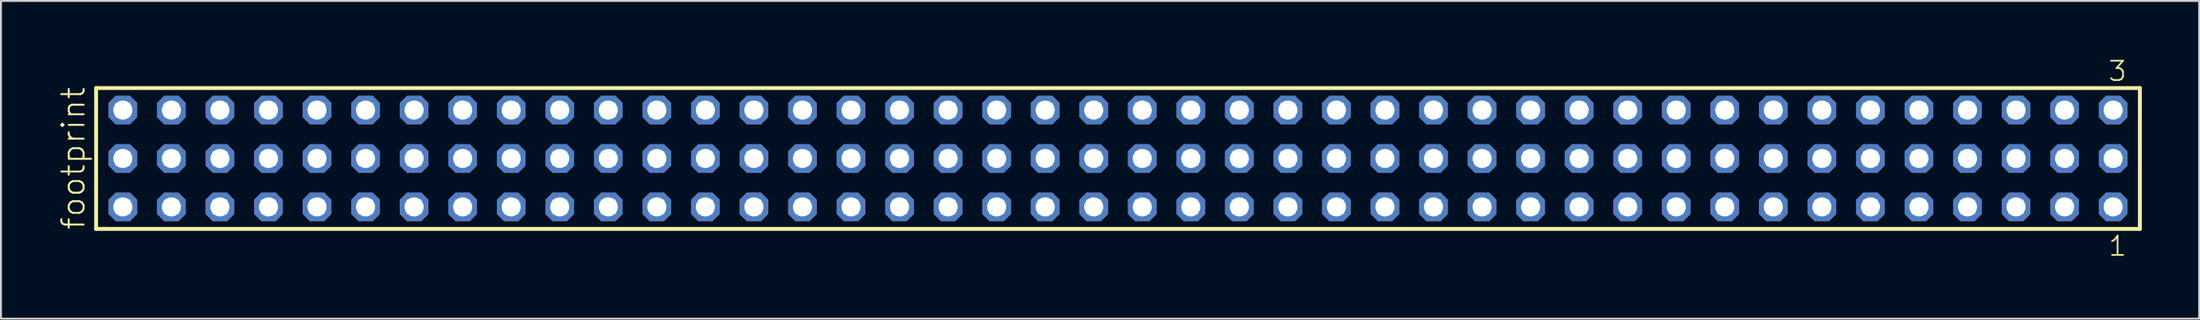
<source format=kicad_pcb>
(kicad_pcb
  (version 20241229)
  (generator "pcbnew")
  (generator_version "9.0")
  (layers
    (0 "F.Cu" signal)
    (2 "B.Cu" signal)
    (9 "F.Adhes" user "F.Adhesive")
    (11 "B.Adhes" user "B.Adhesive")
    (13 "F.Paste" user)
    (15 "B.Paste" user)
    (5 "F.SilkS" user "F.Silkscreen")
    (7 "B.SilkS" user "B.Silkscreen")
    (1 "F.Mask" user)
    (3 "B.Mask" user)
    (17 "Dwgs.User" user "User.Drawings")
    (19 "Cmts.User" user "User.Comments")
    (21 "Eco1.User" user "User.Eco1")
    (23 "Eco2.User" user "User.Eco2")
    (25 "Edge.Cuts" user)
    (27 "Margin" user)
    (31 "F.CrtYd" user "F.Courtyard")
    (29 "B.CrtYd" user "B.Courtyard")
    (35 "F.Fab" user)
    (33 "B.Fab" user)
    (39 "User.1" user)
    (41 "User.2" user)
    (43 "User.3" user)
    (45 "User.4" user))
  (footprint "footprint"
    (layer "F.Cu")
    (at 55.448 5.265)
    (property "Reference" "footprint" (at -53.975 3.81 90) (layer "F.SilkS") (effects (font (size 1.168 1.168) (thickness 0.102)) (justify left bottom)))
    (fp_line (start -53.469 -3.695) (end 53.469 -3.695) (stroke (width 0.203) (type solid)) (layer "F.SilkS"))
    (fp_line (start -53.469 3.695) (end -53.469 -3.695) (stroke (width 0.203) (type solid)) (layer "F.SilkS"))
    (fp_line (start 53.469 -3.695) (end 53.469 3.695) (stroke (width 0.203) (type solid)) (layer "F.SilkS"))
    (fp_line (start 53.469 3.695) (end -53.469 3.695) (stroke (width 0.203) (type solid)) (layer "F.SilkS"))
    (fp_poly (pts (xy -52.42 -2.19) (xy -51.72 -2.19) (xy -51.72 -2.89) (xy -52.42 -2.89)) (stroke (width 0.1) (type solid)) (fill no) (layer "F.Fab"))
    (fp_poly (pts (xy -52.42 0.35) (xy -51.72 0.35) (xy -51.72 -0.35) (xy -52.42 -0.35)) (stroke (width 0.1) (type solid)) (fill no) (layer "F.Fab"))
    (fp_poly (pts (xy -52.42 2.89) (xy -51.72 2.89) (xy -51.72 2.19) (xy -52.42 2.19)) (stroke (width 0.1) (type solid)) (fill no) (layer "F.Fab"))
    (fp_poly (pts (xy -49.88 -2.19) (xy -49.18 -2.19) (xy -49.18 -2.89) (xy -49.88 -2.89)) (stroke (width 0.1) (type solid)) (fill no) (layer "F.Fab"))
    (fp_poly (pts (xy -49.88 0.35) (xy -49.18 0.35) (xy -49.18 -0.35) (xy -49.88 -0.35)) (stroke (width 0.1) (type solid)) (fill no) (layer "F.Fab"))
    (fp_poly (pts (xy -49.88 2.89) (xy -49.18 2.89) (xy -49.18 2.19) (xy -49.88 2.19)) (stroke (width 0.1) (type solid)) (fill no) (layer "F.Fab"))
    (fp_poly (pts (xy -47.34 -2.19) (xy -46.64 -2.19) (xy -46.64 -2.89) (xy -47.34 -2.89)) (stroke (width 0.1) (type solid)) (fill no) (layer "F.Fab"))
    (fp_poly (pts (xy -47.34 0.35) (xy -46.64 0.35) (xy -46.64 -0.35) (xy -47.34 -0.35)) (stroke (width 0.1) (type solid)) (fill no) (layer "F.Fab"))
    (fp_poly (pts (xy -47.34 2.89) (xy -46.64 2.89) (xy -46.64 2.19) (xy -47.34 2.19)) (stroke (width 0.1) (type solid)) (fill no) (layer "F.Fab"))
    (fp_poly (pts (xy -44.8 -2.19) (xy -44.1 -2.19) (xy -44.1 -2.89) (xy -44.8 -2.89)) (stroke (width 0.1) (type solid)) (fill no) (layer "F.Fab"))
    (fp_poly (pts (xy -44.8 0.35) (xy -44.1 0.35) (xy -44.1 -0.35) (xy -44.8 -0.35)) (stroke (width 0.1) (type solid)) (fill no) (layer "F.Fab"))
    (fp_poly (pts (xy -44.8 2.89) (xy -44.1 2.89) (xy -44.1 2.19) (xy -44.8 2.19)) (stroke (width 0.1) (type solid)) (fill no) (layer "F.Fab"))
    (fp_poly (pts (xy -42.26 -2.19) (xy -41.56 -2.19) (xy -41.56 -2.89) (xy -42.26 -2.89)) (stroke (width 0.1) (type solid)) (fill no) (layer "F.Fab"))
    (fp_poly (pts (xy -42.26 0.35) (xy -41.56 0.35) (xy -41.56 -0.35) (xy -42.26 -0.35)) (stroke (width 0.1) (type solid)) (fill no) (layer "F.Fab"))
    (fp_poly (pts (xy -42.26 2.89) (xy -41.56 2.89) (xy -41.56 2.19) (xy -42.26 2.19)) (stroke (width 0.1) (type solid)) (fill no) (layer "F.Fab"))
    (fp_poly (pts (xy -39.72 -2.19) (xy -39.02 -2.19) (xy -39.02 -2.89) (xy -39.72 -2.89)) (stroke (width 0.1) (type solid)) (fill no) (layer "F.Fab"))
    (fp_poly (pts (xy -39.72 0.35) (xy -39.02 0.35) (xy -39.02 -0.35) (xy -39.72 -0.35)) (stroke (width 0.1) (type solid)) (fill no) (layer "F.Fab"))
    (fp_poly (pts (xy -39.72 2.89) (xy -39.02 2.89) (xy -39.02 2.19) (xy -39.72 2.19)) (stroke (width 0.1) (type solid)) (fill no) (layer "F.Fab"))
    (fp_poly (pts (xy -37.18 -2.19) (xy -36.48 -2.19) (xy -36.48 -2.89) (xy -37.18 -2.89)) (stroke (width 0.1) (type solid)) (fill no) (layer "F.Fab"))
    (fp_poly (pts (xy -37.18 0.35) (xy -36.48 0.35) (xy -36.48 -0.35) (xy -37.18 -0.35)) (stroke (width 0.1) (type solid)) (fill no) (layer "F.Fab"))
    (fp_poly (pts (xy -37.18 2.89) (xy -36.48 2.89) (xy -36.48 2.19) (xy -37.18 2.19)) (stroke (width 0.1) (type solid)) (fill no) (layer "F.Fab"))
    (fp_poly (pts (xy -34.64 -2.19) (xy -33.94 -2.19) (xy -33.94 -2.89) (xy -34.64 -2.89)) (stroke (width 0.1) (type solid)) (fill no) (layer "F.Fab"))
    (fp_poly (pts (xy -34.64 0.35) (xy -33.94 0.35) (xy -33.94 -0.35) (xy -34.64 -0.35)) (stroke (width 0.1) (type solid)) (fill no) (layer "F.Fab"))
    (fp_poly (pts (xy -34.64 2.89) (xy -33.94 2.89) (xy -33.94 2.19) (xy -34.64 2.19)) (stroke (width 0.1) (type solid)) (fill no) (layer "F.Fab"))
    (fp_poly (pts (xy -32.1 -2.19) (xy -31.4 -2.19) (xy -31.4 -2.89) (xy -32.1 -2.89)) (stroke (width 0.1) (type solid)) (fill no) (layer "F.Fab"))
    (fp_poly (pts (xy -32.1 0.35) (xy -31.4 0.35) (xy -31.4 -0.35) (xy -32.1 -0.35)) (stroke (width 0.1) (type solid)) (fill no) (layer "F.Fab"))
    (fp_poly (pts (xy -32.1 2.89) (xy -31.4 2.89) (xy -31.4 2.19) (xy -32.1 2.19)) (stroke (width 0.1) (type solid)) (fill no) (layer "F.Fab"))
    (fp_poly (pts (xy -29.56 -2.19) (xy -28.86 -2.19) (xy -28.86 -2.89) (xy -29.56 -2.89)) (stroke (width 0.1) (type solid)) (fill no) (layer "F.Fab"))
    (fp_poly (pts (xy -29.56 0.35) (xy -28.86 0.35) (xy -28.86 -0.35) (xy -29.56 -0.35)) (stroke (width 0.1) (type solid)) (fill no) (layer "F.Fab"))
    (fp_poly (pts (xy -29.56 2.89) (xy -28.86 2.89) (xy -28.86 2.19) (xy -29.56 2.19)) (stroke (width 0.1) (type solid)) (fill no) (layer "F.Fab"))
    (fp_poly (pts (xy -27.02 -2.19) (xy -26.32 -2.19) (xy -26.32 -2.89) (xy -27.02 -2.89)) (stroke (width 0.1) (type solid)) (fill no) (layer "F.Fab"))
    (fp_poly (pts (xy -27.02 0.35) (xy -26.32 0.35) (xy -26.32 -0.35) (xy -27.02 -0.35)) (stroke (width 0.1) (type solid)) (fill no) (layer "F.Fab"))
    (fp_poly (pts (xy -27.02 2.89) (xy -26.32 2.89) (xy -26.32 2.19) (xy -27.02 2.19)) (stroke (width 0.1) (type solid)) (fill no) (layer "F.Fab"))
    (fp_poly (pts (xy -24.48 -2.19) (xy -23.78 -2.19) (xy -23.78 -2.89) (xy -24.48 -2.89)) (stroke (width 0.1) (type solid)) (fill no) (layer "F.Fab"))
    (fp_poly (pts (xy -24.48 0.35) (xy -23.78 0.35) (xy -23.78 -0.35) (xy -24.48 -0.35)) (stroke (width 0.1) (type solid)) (fill no) (layer "F.Fab"))
    (fp_poly (pts (xy -24.48 2.89) (xy -23.78 2.89) (xy -23.78 2.19) (xy -24.48 2.19)) (stroke (width 0.1) (type solid)) (fill no) (layer "F.Fab"))
    (fp_poly (pts (xy -21.94 -2.19) (xy -21.24 -2.19) (xy -21.24 -2.89) (xy -21.94 -2.89)) (stroke (width 0.1) (type solid)) (fill no) (layer "F.Fab"))
    (fp_poly (pts (xy -21.94 0.35) (xy -21.24 0.35) (xy -21.24 -0.35) (xy -21.94 -0.35)) (stroke (width 0.1) (type solid)) (fill no) (layer "F.Fab"))
    (fp_poly (pts (xy -21.94 2.89) (xy -21.24 2.89) (xy -21.24 2.19) (xy -21.94 2.19)) (stroke (width 0.1) (type solid)) (fill no) (layer "F.Fab"))
    (fp_poly (pts (xy -19.4 -2.19) (xy -18.7 -2.19) (xy -18.7 -2.89) (xy -19.4 -2.89)) (stroke (width 0.1) (type solid)) (fill no) (layer "F.Fab"))
    (fp_poly (pts (xy -19.4 0.35) (xy -18.7 0.35) (xy -18.7 -0.35) (xy -19.4 -0.35)) (stroke (width 0.1) (type solid)) (fill no) (layer "F.Fab"))
    (fp_poly (pts (xy -19.4 2.89) (xy -18.7 2.89) (xy -18.7 2.19) (xy -19.4 2.19)) (stroke (width 0.1) (type solid)) (fill no) (layer "F.Fab"))
    (fp_poly (pts (xy -16.86 -2.19) (xy -16.16 -2.19) (xy -16.16 -2.89) (xy -16.86 -2.89)) (stroke (width 0.1) (type solid)) (fill no) (layer "F.Fab"))
    (fp_poly (pts (xy -16.86 0.35) (xy -16.16 0.35) (xy -16.16 -0.35) (xy -16.86 -0.35)) (stroke (width 0.1) (type solid)) (fill no) (layer "F.Fab"))
    (fp_poly (pts (xy -16.86 2.89) (xy -16.16 2.89) (xy -16.16 2.19) (xy -16.86 2.19)) (stroke (width 0.1) (type solid)) (fill no) (layer "F.Fab"))
    (fp_poly (pts (xy -14.32 -2.19) (xy -13.62 -2.19) (xy -13.62 -2.89) (xy -14.32 -2.89)) (stroke (width 0.1) (type solid)) (fill no) (layer "F.Fab"))
    (fp_poly (pts (xy -14.32 0.35) (xy -13.62 0.35) (xy -13.62 -0.35) (xy -14.32 -0.35)) (stroke (width 0.1) (type solid)) (fill no) (layer "F.Fab"))
    (fp_poly (pts (xy -14.32 2.89) (xy -13.62 2.89) (xy -13.62 2.19) (xy -14.32 2.19)) (stroke (width 0.1) (type solid)) (fill no) (layer "F.Fab"))
    (fp_poly (pts (xy -11.78 -2.19) (xy -11.08 -2.19) (xy -11.08 -2.89) (xy -11.78 -2.89)) (stroke (width 0.1) (type solid)) (fill no) (layer "F.Fab"))
    (fp_poly (pts (xy -11.78 0.35) (xy -11.08 0.35) (xy -11.08 -0.35) (xy -11.78 -0.35)) (stroke (width 0.1) (type solid)) (fill no) (layer "F.Fab"))
    (fp_poly (pts (xy -11.78 2.89) (xy -11.08 2.89) (xy -11.08 2.19) (xy -11.78 2.19)) (stroke (width 0.1) (type solid)) (fill no) (layer "F.Fab"))
    (fp_poly (pts (xy -9.24 -2.19) (xy -8.54 -2.19) (xy -8.54 -2.89) (xy -9.24 -2.89)) (stroke (width 0.1) (type solid)) (fill no) (layer "F.Fab"))
    (fp_poly (pts (xy -9.24 0.35) (xy -8.54 0.35) (xy -8.54 -0.35) (xy -9.24 -0.35)) (stroke (width 0.1) (type solid)) (fill no) (layer "F.Fab"))
    (fp_poly (pts (xy -9.24 2.89) (xy -8.54 2.89) (xy -8.54 2.19) (xy -9.24 2.19)) (stroke (width 0.1) (type solid)) (fill no) (layer "F.Fab"))
    (fp_poly (pts (xy -6.7 -2.19) (xy -6 -2.19) (xy -6 -2.89) (xy -6.7 -2.89)) (stroke (width 0.1) (type solid)) (fill no) (layer "F.Fab"))
    (fp_poly (pts (xy -6.7 0.35) (xy -6 0.35) (xy -6 -0.35) (xy -6.7 -0.35)) (stroke (width 0.1) (type solid)) (fill no) (layer "F.Fab"))
    (fp_poly (pts (xy -6.7 2.89) (xy -6 2.89) (xy -6 2.19) (xy -6.7 2.19)) (stroke (width 0.1) (type solid)) (fill no) (layer "F.Fab"))
    (fp_poly (pts (xy -4.16 -2.19) (xy -3.46 -2.19) (xy -3.46 -2.89) (xy -4.16 -2.89)) (stroke (width 0.1) (type solid)) (fill no) (layer "F.Fab"))
    (fp_poly (pts (xy -4.16 0.35) (xy -3.46 0.35) (xy -3.46 -0.35) (xy -4.16 -0.35)) (stroke (width 0.1) (type solid)) (fill no) (layer "F.Fab"))
    (fp_poly (pts (xy -4.16 2.89) (xy -3.46 2.89) (xy -3.46 2.19) (xy -4.16 2.19)) (stroke (width 0.1) (type solid)) (fill no) (layer "F.Fab"))
    (fp_poly (pts (xy -1.62 -2.19) (xy -0.92 -2.19) (xy -0.92 -2.89) (xy -1.62 -2.89)) (stroke (width 0.1) (type solid)) (fill no) (layer "F.Fab"))
    (fp_poly (pts (xy -1.62 0.35) (xy -0.92 0.35) (xy -0.92 -0.35) (xy -1.62 -0.35)) (stroke (width 0.1) (type solid)) (fill no) (layer "F.Fab"))
    (fp_poly (pts (xy -1.62 2.89) (xy -0.92 2.89) (xy -0.92 2.19) (xy -1.62 2.19)) (stroke (width 0.1) (type solid)) (fill no) (layer "F.Fab"))
    (fp_poly (pts (xy 0.92 -2.19) (xy 1.62 -2.19) (xy 1.62 -2.89) (xy 0.92 -2.89)) (stroke (width 0.1) (type solid)) (fill no) (layer "F.Fab"))
    (fp_poly (pts (xy 0.92 0.35) (xy 1.62 0.35) (xy 1.62 -0.35) (xy 0.92 -0.35)) (stroke (width 0.1) (type solid)) (fill no) (layer "F.Fab"))
    (fp_poly (pts (xy 0.92 2.89) (xy 1.62 2.89) (xy 1.62 2.19) (xy 0.92 2.19)) (stroke (width 0.1) (type solid)) (fill no) (layer "F.Fab"))
    (fp_poly (pts (xy 3.46 -2.19) (xy 4.16 -2.19) (xy 4.16 -2.89) (xy 3.46 -2.89)) (stroke (width 0.1) (type solid)) (fill no) (layer "F.Fab"))
    (fp_poly (pts (xy 3.46 0.35) (xy 4.16 0.35) (xy 4.16 -0.35) (xy 3.46 -0.35)) (stroke (width 0.1) (type solid)) (fill no) (layer "F.Fab"))
    (fp_poly (pts (xy 3.46 2.89) (xy 4.16 2.89) (xy 4.16 2.19) (xy 3.46 2.19)) (stroke (width 0.1) (type solid)) (fill no) (layer "F.Fab"))
    (fp_poly (pts (xy 6 -2.19) (xy 6.7 -2.19) (xy 6.7 -2.89) (xy 6 -2.89)) (stroke (width 0.1) (type solid)) (fill no) (layer "F.Fab"))
    (fp_poly (pts (xy 6 0.35) (xy 6.7 0.35) (xy 6.7 -0.35) (xy 6 -0.35)) (stroke (width 0.1) (type solid)) (fill no) (layer "F.Fab"))
    (fp_poly (pts (xy 6 2.89) (xy 6.7 2.89) (xy 6.7 2.19) (xy 6 2.19)) (stroke (width 0.1) (type solid)) (fill no) (layer "F.Fab"))
    (fp_poly (pts (xy 8.54 -2.19) (xy 9.24 -2.19) (xy 9.24 -2.89) (xy 8.54 -2.89)) (stroke (width 0.1) (type solid)) (fill no) (layer "F.Fab"))
    (fp_poly (pts (xy 8.54 0.35) (xy 9.24 0.35) (xy 9.24 -0.35) (xy 8.54 -0.35)) (stroke (width 0.1) (type solid)) (fill no) (layer "F.Fab"))
    (fp_poly (pts (xy 8.54 2.89) (xy 9.24 2.89) (xy 9.24 2.19) (xy 8.54 2.19)) (stroke (width 0.1) (type solid)) (fill no) (layer "F.Fab"))
    (fp_poly (pts (xy 11.08 -2.19) (xy 11.78 -2.19) (xy 11.78 -2.89) (xy 11.08 -2.89)) (stroke (width 0.1) (type solid)) (fill no) (layer "F.Fab"))
    (fp_poly (pts (xy 11.08 0.35) (xy 11.78 0.35) (xy 11.78 -0.35) (xy 11.08 -0.35)) (stroke (width 0.1) (type solid)) (fill no) (layer "F.Fab"))
    (fp_poly (pts (xy 11.08 2.89) (xy 11.78 2.89) (xy 11.78 2.19) (xy 11.08 2.19)) (stroke (width 0.1) (type solid)) (fill no) (layer "F.Fab"))
    (fp_poly (pts (xy 13.62 -2.19) (xy 14.32 -2.19) (xy 14.32 -2.89) (xy 13.62 -2.89)) (stroke (width 0.1) (type solid)) (fill no) (layer "F.Fab"))
    (fp_poly (pts (xy 13.62 0.35) (xy 14.32 0.35) (xy 14.32 -0.35) (xy 13.62 -0.35)) (stroke (width 0.1) (type solid)) (fill no) (layer "F.Fab"))
    (fp_poly (pts (xy 13.62 2.89) (xy 14.32 2.89) (xy 14.32 2.19) (xy 13.62 2.19)) (stroke (width 0.1) (type solid)) (fill no) (layer "F.Fab"))
    (fp_poly (pts (xy 16.16 -2.19) (xy 16.86 -2.19) (xy 16.86 -2.89) (xy 16.16 -2.89)) (stroke (width 0.1) (type solid)) (fill no) (layer "F.Fab"))
    (fp_poly (pts (xy 16.16 0.35) (xy 16.86 0.35) (xy 16.86 -0.35) (xy 16.16 -0.35)) (stroke (width 0.1) (type solid)) (fill no) (layer "F.Fab"))
    (fp_poly (pts (xy 16.16 2.89) (xy 16.86 2.89) (xy 16.86 2.19) (xy 16.16 2.19)) (stroke (width 0.1) (type solid)) (fill no) (layer "F.Fab"))
    (fp_poly (pts (xy 18.7 -2.19) (xy 19.4 -2.19) (xy 19.4 -2.89) (xy 18.7 -2.89)) (stroke (width 0.1) (type solid)) (fill no) (layer "F.Fab"))
    (fp_poly (pts (xy 18.7 0.35) (xy 19.4 0.35) (xy 19.4 -0.35) (xy 18.7 -0.35)) (stroke (width 0.1) (type solid)) (fill no) (layer "F.Fab"))
    (fp_poly (pts (xy 18.7 2.89) (xy 19.4 2.89) (xy 19.4 2.19) (xy 18.7 2.19)) (stroke (width 0.1) (type solid)) (fill no) (layer "F.Fab"))
    (fp_poly (pts (xy 21.24 -2.19) (xy 21.94 -2.19) (xy 21.94 -2.89) (xy 21.24 -2.89)) (stroke (width 0.1) (type solid)) (fill no) (layer "F.Fab"))
    (fp_poly (pts (xy 21.24 0.35) (xy 21.94 0.35) (xy 21.94 -0.35) (xy 21.24 -0.35)) (stroke (width 0.1) (type solid)) (fill no) (layer "F.Fab"))
    (fp_poly (pts (xy 21.24 2.89) (xy 21.94 2.89) (xy 21.94 2.19) (xy 21.24 2.19)) (stroke (width 0.1) (type solid)) (fill no) (layer "F.Fab"))
    (fp_poly (pts (xy 23.78 -2.19) (xy 24.48 -2.19) (xy 24.48 -2.89) (xy 23.78 -2.89)) (stroke (width 0.1) (type solid)) (fill no) (layer "F.Fab"))
    (fp_poly (pts (xy 23.78 0.35) (xy 24.48 0.35) (xy 24.48 -0.35) (xy 23.78 -0.35)) (stroke (width 0.1) (type solid)) (fill no) (layer "F.Fab"))
    (fp_poly (pts (xy 23.78 2.89) (xy 24.48 2.89) (xy 24.48 2.19) (xy 23.78 2.19)) (stroke (width 0.1) (type solid)) (fill no) (layer "F.Fab"))
    (fp_poly (pts (xy 26.32 -2.19) (xy 27.02 -2.19) (xy 27.02 -2.89) (xy 26.32 -2.89)) (stroke (width 0.1) (type solid)) (fill no) (layer "F.Fab"))
    (fp_poly (pts (xy 26.32 0.35) (xy 27.02 0.35) (xy 27.02 -0.35) (xy 26.32 -0.35)) (stroke (width 0.1) (type solid)) (fill no) (layer "F.Fab"))
    (fp_poly (pts (xy 26.32 2.89) (xy 27.02 2.89) (xy 27.02 2.19) (xy 26.32 2.19)) (stroke (width 0.1) (type solid)) (fill no) (layer "F.Fab"))
    (fp_poly (pts (xy 28.86 -2.19) (xy 29.56 -2.19) (xy 29.56 -2.89) (xy 28.86 -2.89)) (stroke (width 0.1) (type solid)) (fill no) (layer "F.Fab"))
    (fp_poly (pts (xy 28.86 0.35) (xy 29.56 0.35) (xy 29.56 -0.35) (xy 28.86 -0.35)) (stroke (width 0.1) (type solid)) (fill no) (layer "F.Fab"))
    (fp_poly (pts (xy 28.86 2.89) (xy 29.56 2.89) (xy 29.56 2.19) (xy 28.86 2.19)) (stroke (width 0.1) (type solid)) (fill no) (layer "F.Fab"))
    (fp_poly (pts (xy 31.4 -2.19) (xy 32.1 -2.19) (xy 32.1 -2.89) (xy 31.4 -2.89)) (stroke (width 0.1) (type solid)) (fill no) (layer "F.Fab"))
    (fp_poly (pts (xy 31.4 0.35) (xy 32.1 0.35) (xy 32.1 -0.35) (xy 31.4 -0.35)) (stroke (width 0.1) (type solid)) (fill no) (layer "F.Fab"))
    (fp_poly (pts (xy 31.4 2.89) (xy 32.1 2.89) (xy 32.1 2.19) (xy 31.4 2.19)) (stroke (width 0.1) (type solid)) (fill no) (layer "F.Fab"))
    (fp_poly (pts (xy 33.94 -2.19) (xy 34.64 -2.19) (xy 34.64 -2.89) (xy 33.94 -2.89)) (stroke (width 0.1) (type solid)) (fill no) (layer "F.Fab"))
    (fp_poly (pts (xy 33.94 0.35) (xy 34.64 0.35) (xy 34.64 -0.35) (xy 33.94 -0.35)) (stroke (width 0.1) (type solid)) (fill no) (layer "F.Fab"))
    (fp_poly (pts (xy 33.94 2.89) (xy 34.64 2.89) (xy 34.64 2.19) (xy 33.94 2.19)) (stroke (width 0.1) (type solid)) (fill no) (layer "F.Fab"))
    (fp_poly (pts (xy 36.48 -2.19) (xy 37.18 -2.19) (xy 37.18 -2.89) (xy 36.48 -2.89)) (stroke (width 0.1) (type solid)) (fill no) (layer "F.Fab"))
    (fp_poly (pts (xy 36.48 0.35) (xy 37.18 0.35) (xy 37.18 -0.35) (xy 36.48 -0.35)) (stroke (width 0.1) (type solid)) (fill no) (layer "F.Fab"))
    (fp_poly (pts (xy 36.48 2.89) (xy 37.18 2.89) (xy 37.18 2.19) (xy 36.48 2.19)) (stroke (width 0.1) (type solid)) (fill no) (layer "F.Fab"))
    (fp_poly (pts (xy 39.02 -2.19) (xy 39.72 -2.19) (xy 39.72 -2.89) (xy 39.02 -2.89)) (stroke (width 0.1) (type solid)) (fill no) (layer "F.Fab"))
    (fp_poly (pts (xy 39.02 0.35) (xy 39.72 0.35) (xy 39.72 -0.35) (xy 39.02 -0.35)) (stroke (width 0.1) (type solid)) (fill no) (layer "F.Fab"))
    (fp_poly (pts (xy 39.02 2.89) (xy 39.72 2.89) (xy 39.72 2.19) (xy 39.02 2.19)) (stroke (width 0.1) (type solid)) (fill no) (layer "F.Fab"))
    (fp_poly (pts (xy 41.56 -2.19) (xy 42.26 -2.19) (xy 42.26 -2.89) (xy 41.56 -2.89)) (stroke (width 0.1) (type solid)) (fill no) (layer "F.Fab"))
    (fp_poly (pts (xy 41.56 0.35) (xy 42.26 0.35) (xy 42.26 -0.35) (xy 41.56 -0.35)) (stroke (width 0.1) (type solid)) (fill no) (layer "F.Fab"))
    (fp_poly (pts (xy 41.56 2.89) (xy 42.26 2.89) (xy 42.26 2.19) (xy 41.56 2.19)) (stroke (width 0.1) (type solid)) (fill no) (layer "F.Fab"))
    (fp_poly (pts (xy 44.1 -2.19) (xy 44.8 -2.19) (xy 44.8 -2.89) (xy 44.1 -2.89)) (stroke (width 0.1) (type solid)) (fill no) (layer "F.Fab"))
    (fp_poly (pts (xy 44.1 0.35) (xy 44.8 0.35) (xy 44.8 -0.35) (xy 44.1 -0.35)) (stroke (width 0.1) (type solid)) (fill no) (layer "F.Fab"))
    (fp_poly (pts (xy 44.1 2.89) (xy 44.8 2.89) (xy 44.8 2.19) (xy 44.1 2.19)) (stroke (width 0.1) (type solid)) (fill no) (layer "F.Fab"))
    (fp_poly (pts (xy 46.64 -2.19) (xy 47.34 -2.19) (xy 47.34 -2.89) (xy 46.64 -2.89)) (stroke (width 0.1) (type solid)) (fill no) (layer "F.Fab"))
    (fp_poly (pts (xy 46.64 0.35) (xy 47.34 0.35) (xy 47.34 -0.35) (xy 46.64 -0.35)) (stroke (width 0.1) (type solid)) (fill no) (layer "F.Fab"))
    (fp_poly (pts (xy 46.64 2.89) (xy 47.34 2.89) (xy 47.34 2.19) (xy 46.64 2.19)) (stroke (width 0.1) (type solid)) (fill no) (layer "F.Fab"))
    (fp_poly (pts (xy 49.18 -2.19) (xy 49.88 -2.19) (xy 49.88 -2.89) (xy 49.18 -2.89)) (stroke (width 0.1) (type solid)) (fill no) (layer "F.Fab"))
    (fp_poly (pts (xy 49.18 0.35) (xy 49.88 0.35) (xy 49.88 -0.35) (xy 49.18 -0.35)) (stroke (width 0.1) (type solid)) (fill no) (layer "F.Fab"))
    (fp_poly (pts (xy 49.18 2.89) (xy 49.88 2.89) (xy 49.88 2.19) (xy 49.18 2.19)) (stroke (width 0.1) (type solid)) (fill no) (layer "F.Fab"))
    (fp_poly (pts (xy 51.72 -2.19) (xy 52.42 -2.19) (xy 52.42 -2.89) (xy 51.72 -2.89)) (stroke (width 0.1) (type solid)) (fill no) (layer "F.Fab"))
    (fp_poly (pts (xy 51.72 0.35) (xy 52.42 0.35) (xy 52.42 -0.35) (xy 51.72 -0.35)) (stroke (width 0.1) (type solid)) (fill no) (layer "F.Fab"))
    (fp_poly (pts (xy 51.72 2.89) (xy 52.42 2.89) (xy 52.42 2.19) (xy 51.72 2.19)) (stroke (width 0.1) (type solid)) (fill no) (layer "F.Fab"))
    (fp_text user "1" (at 51.762 5.188 0) (layer "F.SilkS") (effects (font (size 1.012 1.012) (thickness 0.088)) (justify left bottom)))
    (fp_text user "3" (at 51.758 -3.989 0) (layer "F.SilkS") (effects (font (size 1.012 1.012) (thickness 0.088)) (justify left bottom)))
    (pad "1" thru_hole roundrect (at 52.07 2.54 180) (size 1.5 1.5) (drill 1) (layers "*.Cu" "*.Mask") (roundrect_rratio 0.25) (chamfer_ratio 0.25) (chamfer top_left top_right bottom_left bottom_right))
    (pad "2" thru_hole roundrect (at 52.07 0 180) (size 1.5 1.5) (drill 1) (layers "*.Cu" "*.Mask") (roundrect_rratio 0.25) (chamfer_ratio 0.25) (chamfer top_left top_right bottom_left bottom_right))
    (pad "3" thru_hole roundrect (at 52.07 -2.54 180) (size 1.5 1.5) (drill 1) (layers "*.Cu" "*.Mask") (roundrect_rratio 0.25) (chamfer_ratio 0.25) (chamfer top_left top_right bottom_left bottom_right))
    (pad "4" thru_hole roundrect (at 49.53 2.54 180) (size 1.5 1.5) (drill 1) (layers "*.Cu" "*.Mask") (roundrect_rratio 0.25) (chamfer_ratio 0.25) (chamfer top_left top_right bottom_left bottom_right))
    (pad "5" thru_hole roundrect (at 49.53 0 180) (size 1.5 1.5) (drill 1) (layers "*.Cu" "*.Mask") (roundrect_rratio 0.25) (chamfer_ratio 0.25) (chamfer top_left top_right bottom_left bottom_right))
    (pad "6" thru_hole roundrect (at 49.53 -2.54 180) (size 1.5 1.5) (drill 1) (layers "*.Cu" "*.Mask") (roundrect_rratio 0.25) (chamfer_ratio 0.25) (chamfer top_left top_right bottom_left bottom_right))
    (pad "7" thru_hole roundrect (at 46.99 2.54 180) (size 1.5 1.5) (drill 1) (layers "*.Cu" "*.Mask") (roundrect_rratio 0.25) (chamfer_ratio 0.25) (chamfer top_left top_right bottom_left bottom_right))
    (pad "8" thru_hole roundrect (at 46.99 0 180) (size 1.5 1.5) (drill 1) (layers "*.Cu" "*.Mask") (roundrect_rratio 0.25) (chamfer_ratio 0.25) (chamfer top_left top_right bottom_left bottom_right))
    (pad "9" thru_hole roundrect (at 46.99 -2.54 180) (size 1.5 1.5) (drill 1) (layers "*.Cu" "*.Mask") (roundrect_rratio 0.25) (chamfer_ratio 0.25) (chamfer top_left top_right bottom_left bottom_right))
    (pad "10" thru_hole roundrect (at 44.45 2.54 180) (size 1.5 1.5) (drill 1) (layers "*.Cu" "*.Mask") (roundrect_rratio 0.25) (chamfer_ratio 0.25) (chamfer top_left top_right bottom_left bottom_right))
    (pad "11" thru_hole roundrect (at 44.45 0 180) (size 1.5 1.5) (drill 1) (layers "*.Cu" "*.Mask") (roundrect_rratio 0.25) (chamfer_ratio 0.25) (chamfer top_left top_right bottom_left bottom_right))
    (pad "12" thru_hole roundrect (at 44.45 -2.54 180) (size 1.5 1.5) (drill 1) (layers "*.Cu" "*.Mask") (roundrect_rratio 0.25) (chamfer_ratio 0.25) (chamfer top_left top_right bottom_left bottom_right))
    (pad "13" thru_hole roundrect (at 41.91 2.54 180) (size 1.5 1.5) (drill 1) (layers "*.Cu" "*.Mask") (roundrect_rratio 0.25) (chamfer_ratio 0.25) (chamfer top_left top_right bottom_left bottom_right))
    (pad "14" thru_hole roundrect (at 41.91 0 180) (size 1.5 1.5) (drill 1) (layers "*.Cu" "*.Mask") (roundrect_rratio 0.25) (chamfer_ratio 0.25) (chamfer top_left top_right bottom_left bottom_right))
    (pad "15" thru_hole roundrect (at 41.91 -2.54 180) (size 1.5 1.5) (drill 1) (layers "*.Cu" "*.Mask") (roundrect_rratio 0.25) (chamfer_ratio 0.25) (chamfer top_left top_right bottom_left bottom_right))
    (pad "16" thru_hole roundrect (at 39.37 2.54 180) (size 1.5 1.5) (drill 1) (layers "*.Cu" "*.Mask") (roundrect_rratio 0.25) (chamfer_ratio 0.25) (chamfer top_left top_right bottom_left bottom_right))
    (pad "17" thru_hole roundrect (at 39.37 0 180) (size 1.5 1.5) (drill 1) (layers "*.Cu" "*.Mask") (roundrect_rratio 0.25) (chamfer_ratio 0.25) (chamfer top_left top_right bottom_left bottom_right))
    (pad "18" thru_hole roundrect (at 39.37 -2.54 180) (size 1.5 1.5) (drill 1) (layers "*.Cu" "*.Mask") (roundrect_rratio 0.25) (chamfer_ratio 0.25) (chamfer top_left top_right bottom_left bottom_right))
    (pad "19" thru_hole roundrect (at 36.83 2.54 180) (size 1.5 1.5) (drill 1) (layers "*.Cu" "*.Mask") (roundrect_rratio 0.25) (chamfer_ratio 0.25) (chamfer top_left top_right bottom_left bottom_right))
    (pad "20" thru_hole roundrect (at 36.83 0 180) (size 1.5 1.5) (drill 1) (layers "*.Cu" "*.Mask") (roundrect_rratio 0.25) (chamfer_ratio 0.25) (chamfer top_left top_right bottom_left bottom_right))
    (pad "21" thru_hole roundrect (at 36.83 -2.54 180) (size 1.5 1.5) (drill 1) (layers "*.Cu" "*.Mask") (roundrect_rratio 0.25) (chamfer_ratio 0.25) (chamfer top_left top_right bottom_left bottom_right))
    (pad "22" thru_hole roundrect (at 34.29 2.54 180) (size 1.5 1.5) (drill 1) (layers "*.Cu" "*.Mask") (roundrect_rratio 0.25) (chamfer_ratio 0.25) (chamfer top_left top_right bottom_left bottom_right))
    (pad "23" thru_hole roundrect (at 34.29 0 180) (size 1.5 1.5) (drill 1) (layers "*.Cu" "*.Mask") (roundrect_rratio 0.25) (chamfer_ratio 0.25) (chamfer top_left top_right bottom_left bottom_right))
    (pad "24" thru_hole roundrect (at 34.29 -2.54 180) (size 1.5 1.5) (drill 1) (layers "*.Cu" "*.Mask") (roundrect_rratio 0.25) (chamfer_ratio 0.25) (chamfer top_left top_right bottom_left bottom_right))
    (pad "25" thru_hole roundrect (at 31.75 2.54 180) (size 1.5 1.5) (drill 1) (layers "*.Cu" "*.Mask") (roundrect_rratio 0.25) (chamfer_ratio 0.25) (chamfer top_left top_right bottom_left bottom_right))
    (pad "26" thru_hole roundrect (at 31.75 0 180) (size 1.5 1.5) (drill 1) (layers "*.Cu" "*.Mask") (roundrect_rratio 0.25) (chamfer_ratio 0.25) (chamfer top_left top_right bottom_left bottom_right))
    (pad "27" thru_hole roundrect (at 31.75 -2.54 180) (size 1.5 1.5) (drill 1) (layers "*.Cu" "*.Mask") (roundrect_rratio 0.25) (chamfer_ratio 0.25) (chamfer top_left top_right bottom_left bottom_right))
    (pad "28" thru_hole roundrect (at 29.21 2.54 180) (size 1.5 1.5) (drill 1) (layers "*.Cu" "*.Mask") (roundrect_rratio 0.25) (chamfer_ratio 0.25) (chamfer top_left top_right bottom_left bottom_right))
    (pad "29" thru_hole roundrect (at 29.21 0 180) (size 1.5 1.5) (drill 1) (layers "*.Cu" "*.Mask") (roundrect_rratio 0.25) (chamfer_ratio 0.25) (chamfer top_left top_right bottom_left bottom_right))
    (pad "30" thru_hole roundrect (at 29.21 -2.54 180) (size 1.5 1.5) (drill 1) (layers "*.Cu" "*.Mask") (roundrect_rratio 0.25) (chamfer_ratio 0.25) (chamfer top_left top_right bottom_left bottom_right))
    (pad "31" thru_hole roundrect (at 26.67 2.54 180) (size 1.5 1.5) (drill 1) (layers "*.Cu" "*.Mask") (roundrect_rratio 0.25) (chamfer_ratio 0.25) (chamfer top_left top_right bottom_left bottom_right))
    (pad "32" thru_hole roundrect (at 26.67 0 180) (size 1.5 1.5) (drill 1) (layers "*.Cu" "*.Mask") (roundrect_rratio 0.25) (chamfer_ratio 0.25) (chamfer top_left top_right bottom_left bottom_right))
    (pad "33" thru_hole roundrect (at 26.67 -2.54 180) (size 1.5 1.5) (drill 1) (layers "*.Cu" "*.Mask") (roundrect_rratio 0.25) (chamfer_ratio 0.25) (chamfer top_left top_right bottom_left bottom_right))
    (pad "34" thru_hole roundrect (at 24.13 2.54 180) (size 1.5 1.5) (drill 1) (layers "*.Cu" "*.Mask") (roundrect_rratio 0.25) (chamfer_ratio 0.25) (chamfer top_left top_right bottom_left bottom_right))
    (pad "35" thru_hole roundrect (at 24.13 0 180) (size 1.5 1.5) (drill 1) (layers "*.Cu" "*.Mask") (roundrect_rratio 0.25) (chamfer_ratio 0.25) (chamfer top_left top_right bottom_left bottom_right))
    (pad "36" thru_hole roundrect (at 24.13 -2.54 180) (size 1.5 1.5) (drill 1) (layers "*.Cu" "*.Mask") (roundrect_rratio 0.25) (chamfer_ratio 0.25) (chamfer top_left top_right bottom_left bottom_right))
    (pad "37" thru_hole roundrect (at 21.59 2.54 180) (size 1.5 1.5) (drill 1) (layers "*.Cu" "*.Mask") (roundrect_rratio 0.25) (chamfer_ratio 0.25) (chamfer top_left top_right bottom_left bottom_right))
    (pad "38" thru_hole roundrect (at 21.59 0 180) (size 1.5 1.5) (drill 1) (layers "*.Cu" "*.Mask") (roundrect_rratio 0.25) (chamfer_ratio 0.25) (chamfer top_left top_right bottom_left bottom_right))
    (pad "39" thru_hole roundrect (at 21.59 -2.54 180) (size 1.5 1.5) (drill 1) (layers "*.Cu" "*.Mask") (roundrect_rratio 0.25) (chamfer_ratio 0.25) (chamfer top_left top_right bottom_left bottom_right))
    (pad "40" thru_hole roundrect (at 19.05 2.54 180) (size 1.5 1.5) (drill 1) (layers "*.Cu" "*.Mask") (roundrect_rratio 0.25) (chamfer_ratio 0.25) (chamfer top_left top_right bottom_left bottom_right))
    (pad "41" thru_hole roundrect (at 19.05 0 180) (size 1.5 1.5) (drill 1) (layers "*.Cu" "*.Mask") (roundrect_rratio 0.25) (chamfer_ratio 0.25) (chamfer top_left top_right bottom_left bottom_right))
    (pad "42" thru_hole roundrect (at 19.05 -2.54 180) (size 1.5 1.5) (drill 1) (layers "*.Cu" "*.Mask") (roundrect_rratio 0.25) (chamfer_ratio 0.25) (chamfer top_left top_right bottom_left bottom_right))
    (pad "43" thru_hole roundrect (at 16.51 2.54 180) (size 1.5 1.5) (drill 1) (layers "*.Cu" "*.Mask") (roundrect_rratio 0.25) (chamfer_ratio 0.25) (chamfer top_left top_right bottom_left bottom_right))
    (pad "44" thru_hole roundrect (at 16.51 0 180) (size 1.5 1.5) (drill 1) (layers "*.Cu" "*.Mask") (roundrect_rratio 0.25) (chamfer_ratio 0.25) (chamfer top_left top_right bottom_left bottom_right))
    (pad "45" thru_hole roundrect (at 16.51 -2.54 180) (size 1.5 1.5) (drill 1) (layers "*.Cu" "*.Mask") (roundrect_rratio 0.25) (chamfer_ratio 0.25) (chamfer top_left top_right bottom_left bottom_right))
    (pad "46" thru_hole roundrect (at 13.97 2.54 180) (size 1.5 1.5) (drill 1) (layers "*.Cu" "*.Mask") (roundrect_rratio 0.25) (chamfer_ratio 0.25) (chamfer top_left top_right bottom_left bottom_right))
    (pad "47" thru_hole roundrect (at 13.97 0 180) (size 1.5 1.5) (drill 1) (layers "*.Cu" "*.Mask") (roundrect_rratio 0.25) (chamfer_ratio 0.25) (chamfer top_left top_right bottom_left bottom_right))
    (pad "48" thru_hole roundrect (at 13.97 -2.54 180) (size 1.5 1.5) (drill 1) (layers "*.Cu" "*.Mask") (roundrect_rratio 0.25) (chamfer_ratio 0.25) (chamfer top_left top_right bottom_left bottom_right))
    (pad "49" thru_hole roundrect (at 11.43 2.54 180) (size 1.5 1.5) (drill 1) (layers "*.Cu" "*.Mask") (roundrect_rratio 0.25) (chamfer_ratio 0.25) (chamfer top_left top_right bottom_left bottom_right))
    (pad "50" thru_hole roundrect (at 11.43 0 180) (size 1.5 1.5) (drill 1) (layers "*.Cu" "*.Mask") (roundrect_rratio 0.25) (chamfer_ratio 0.25) (chamfer top_left top_right bottom_left bottom_right))
    (pad "51" thru_hole roundrect (at 11.43 -2.54 180) (size 1.5 1.5) (drill 1) (layers "*.Cu" "*.Mask") (roundrect_rratio 0.25) (chamfer_ratio 0.25) (chamfer top_left top_right bottom_left bottom_right))
    (pad "52" thru_hole roundrect (at 8.89 2.54 180) (size 1.5 1.5) (drill 1) (layers "*.Cu" "*.Mask") (roundrect_rratio 0.25) (chamfer_ratio 0.25) (chamfer top_left top_right bottom_left bottom_right))
    (pad "53" thru_hole roundrect (at 8.89 0 180) (size 1.5 1.5) (drill 1) (layers "*.Cu" "*.Mask") (roundrect_rratio 0.25) (chamfer_ratio 0.25) (chamfer top_left top_right bottom_left bottom_right))
    (pad "54" thru_hole roundrect (at 8.89 -2.54 180) (size 1.5 1.5) (drill 1) (layers "*.Cu" "*.Mask") (roundrect_rratio 0.25) (chamfer_ratio 0.25) (chamfer top_left top_right bottom_left bottom_right))
    (pad "55" thru_hole roundrect (at 6.35 2.54 180) (size 1.5 1.5) (drill 1) (layers "*.Cu" "*.Mask") (roundrect_rratio 0.25) (chamfer_ratio 0.25) (chamfer top_left top_right bottom_left bottom_right))
    (pad "56" thru_hole roundrect (at 6.35 0 180) (size 1.5 1.5) (drill 1) (layers "*.Cu" "*.Mask") (roundrect_rratio 0.25) (chamfer_ratio 0.25) (chamfer top_left top_right bottom_left bottom_right))
    (pad "57" thru_hole roundrect (at 6.35 -2.54 180) (size 1.5 1.5) (drill 1) (layers "*.Cu" "*.Mask") (roundrect_rratio 0.25) (chamfer_ratio 0.25) (chamfer top_left top_right bottom_left bottom_right))
    (pad "58" thru_hole roundrect (at 3.81 2.54 180) (size 1.5 1.5) (drill 1) (layers "*.Cu" "*.Mask") (roundrect_rratio 0.25) (chamfer_ratio 0.25) (chamfer top_left top_right bottom_left bottom_right))
    (pad "59" thru_hole roundrect (at 3.81 0 180) (size 1.5 1.5) (drill 1) (layers "*.Cu" "*.Mask") (roundrect_rratio 0.25) (chamfer_ratio 0.25) (chamfer top_left top_right bottom_left bottom_right))
    (pad "60" thru_hole roundrect (at 3.81 -2.54 180) (size 1.5 1.5) (drill 1) (layers "*.Cu" "*.Mask") (roundrect_rratio 0.25) (chamfer_ratio 0.25) (chamfer top_left top_right bottom_left bottom_right))
    (pad "61" thru_hole roundrect (at 1.27 2.54 180) (size 1.5 1.5) (drill 1) (layers "*.Cu" "*.Mask") (roundrect_rratio 0.25) (chamfer_ratio 0.25) (chamfer top_left top_right bottom_left bottom_right))
    (pad "62" thru_hole roundrect (at 1.27 0 180) (size 1.5 1.5) (drill 1) (layers "*.Cu" "*.Mask") (roundrect_rratio 0.25) (chamfer_ratio 0.25) (chamfer top_left top_right bottom_left bottom_right))
    (pad "63" thru_hole roundrect (at 1.27 -2.54 180) (size 1.5 1.5) (drill 1) (layers "*.Cu" "*.Mask") (roundrect_rratio 0.25) (chamfer_ratio 0.25) (chamfer top_left top_right bottom_left bottom_right))
    (pad "64" thru_hole roundrect (at -1.27 2.54 180) (size 1.5 1.5) (drill 1) (layers "*.Cu" "*.Mask") (roundrect_rratio 0.25) (chamfer_ratio 0.25) (chamfer top_left top_right bottom_left bottom_right))
    (pad "65" thru_hole roundrect (at -1.27 0 180) (size 1.5 1.5) (drill 1) (layers "*.Cu" "*.Mask") (roundrect_rratio 0.25) (chamfer_ratio 0.25) (chamfer top_left top_right bottom_left bottom_right))
    (pad "66" thru_hole roundrect (at -1.27 -2.54 180) (size 1.5 1.5) (drill 1) (layers "*.Cu" "*.Mask") (roundrect_rratio 0.25) (chamfer_ratio 0.25) (chamfer top_left top_right bottom_left bottom_right))
    (pad "67" thru_hole roundrect (at -3.81 2.54 180) (size 1.5 1.5) (drill 1) (layers "*.Cu" "*.Mask") (roundrect_rratio 0.25) (chamfer_ratio 0.25) (chamfer top_left top_right bottom_left bottom_right))
    (pad "68" thru_hole roundrect (at -3.81 0 180) (size 1.5 1.5) (drill 1) (layers "*.Cu" "*.Mask") (roundrect_rratio 0.25) (chamfer_ratio 0.25) (chamfer top_left top_right bottom_left bottom_right))
    (pad "69" thru_hole roundrect (at -3.81 -2.54 180) (size 1.5 1.5) (drill 1) (layers "*.Cu" "*.Mask") (roundrect_rratio 0.25) (chamfer_ratio 0.25) (chamfer top_left top_right bottom_left bottom_right))
    (pad "70" thru_hole roundrect (at -6.35 2.54 180) (size 1.5 1.5) (drill 1) (layers "*.Cu" "*.Mask") (roundrect_rratio 0.25) (chamfer_ratio 0.25) (chamfer top_left top_right bottom_left bottom_right))
    (pad "71" thru_hole roundrect (at -6.35 0 180) (size 1.5 1.5) (drill 1) (layers "*.Cu" "*.Mask") (roundrect_rratio 0.25) (chamfer_ratio 0.25) (chamfer top_left top_right bottom_left bottom_right))
    (pad "72" thru_hole roundrect (at -6.35 -2.54 180) (size 1.5 1.5) (drill 1) (layers "*.Cu" "*.Mask") (roundrect_rratio 0.25) (chamfer_ratio 0.25) (chamfer top_left top_right bottom_left bottom_right))
    (pad "73" thru_hole roundrect (at -8.89 2.54 180) (size 1.5 1.5) (drill 1) (layers "*.Cu" "*.Mask") (roundrect_rratio 0.25) (chamfer_ratio 0.25) (chamfer top_left top_right bottom_left bottom_right))
    (pad "74" thru_hole roundrect (at -8.89 0 180) (size 1.5 1.5) (drill 1) (layers "*.Cu" "*.Mask") (roundrect_rratio 0.25) (chamfer_ratio 0.25) (chamfer top_left top_right bottom_left bottom_right))
    (pad "75" thru_hole roundrect (at -8.89 -2.54 180) (size 1.5 1.5) (drill 1) (layers "*.Cu" "*.Mask") (roundrect_rratio 0.25) (chamfer_ratio 0.25) (chamfer top_left top_right bottom_left bottom_right))
    (pad "76" thru_hole roundrect (at -11.43 2.54 180) (size 1.5 1.5) (drill 1) (layers "*.Cu" "*.Mask") (roundrect_rratio 0.25) (chamfer_ratio 0.25) (chamfer top_left top_right bottom_left bottom_right))
    (pad "77" thru_hole roundrect (at -11.43 0 180) (size 1.5 1.5) (drill 1) (layers "*.Cu" "*.Mask") (roundrect_rratio 0.25) (chamfer_ratio 0.25) (chamfer top_left top_right bottom_left bottom_right))
    (pad "78" thru_hole roundrect (at -11.43 -2.54 180) (size 1.5 1.5) (drill 1) (layers "*.Cu" "*.Mask") (roundrect_rratio 0.25) (chamfer_ratio 0.25) (chamfer top_left top_right bottom_left bottom_right))
    (pad "79" thru_hole roundrect (at -13.97 2.54 180) (size 1.5 1.5) (drill 1) (layers "*.Cu" "*.Mask") (roundrect_rratio 0.25) (chamfer_ratio 0.25) (chamfer top_left top_right bottom_left bottom_right))
    (pad "80" thru_hole roundrect (at -13.97 0 180) (size 1.5 1.5) (drill 1) (layers "*.Cu" "*.Mask") (roundrect_rratio 0.25) (chamfer_ratio 0.25) (chamfer top_left top_right bottom_left bottom_right))
    (pad "81" thru_hole roundrect (at -13.97 -2.54 180) (size 1.5 1.5) (drill 1) (layers "*.Cu" "*.Mask") (roundrect_rratio 0.25) (chamfer_ratio 0.25) (chamfer top_left top_right bottom_left bottom_right))
    (pad "82" thru_hole roundrect (at -16.51 2.54 180) (size 1.5 1.5) (drill 1) (layers "*.Cu" "*.Mask") (roundrect_rratio 0.25) (chamfer_ratio 0.25) (chamfer top_left top_right bottom_left bottom_right))
    (pad "83" thru_hole roundrect (at -16.51 0 180) (size 1.5 1.5) (drill 1) (layers "*.Cu" "*.Mask") (roundrect_rratio 0.25) (chamfer_ratio 0.25) (chamfer top_left top_right bottom_left bottom_right))
    (pad "84" thru_hole roundrect (at -16.51 -2.54 180) (size 1.5 1.5) (drill 1) (layers "*.Cu" "*.Mask") (roundrect_rratio 0.25) (chamfer_ratio 0.25) (chamfer top_left top_right bottom_left bottom_right))
    (pad "85" thru_hole roundrect (at -19.05 2.54 180) (size 1.5 1.5) (drill 1) (layers "*.Cu" "*.Mask") (roundrect_rratio 0.25) (chamfer_ratio 0.25) (chamfer top_left top_right bottom_left bottom_right))
    (pad "86" thru_hole roundrect (at -19.05 0 180) (size 1.5 1.5) (drill 1) (layers "*.Cu" "*.Mask") (roundrect_rratio 0.25) (chamfer_ratio 0.25) (chamfer top_left top_right bottom_left bottom_right))
    (pad "87" thru_hole roundrect (at -19.05 -2.54 180) (size 1.5 1.5) (drill 1) (layers "*.Cu" "*.Mask") (roundrect_rratio 0.25) (chamfer_ratio 0.25) (chamfer top_left top_right bottom_left bottom_right))
    (pad "88" thru_hole roundrect (at -21.59 2.54 180) (size 1.5 1.5) (drill 1) (layers "*.Cu" "*.Mask") (roundrect_rratio 0.25) (chamfer_ratio 0.25) (chamfer top_left top_right bottom_left bottom_right))
    (pad "89" thru_hole roundrect (at -21.59 0 180) (size 1.5 1.5) (drill 1) (layers "*.Cu" "*.Mask") (roundrect_rratio 0.25) (chamfer_ratio 0.25) (chamfer top_left top_right bottom_left bottom_right))
    (pad "90" thru_hole roundrect (at -21.59 -2.54 180) (size 1.5 1.5) (drill 1) (layers "*.Cu" "*.Mask") (roundrect_rratio 0.25) (chamfer_ratio 0.25) (chamfer top_left top_right bottom_left bottom_right))
    (pad "91" thru_hole roundrect (at -24.13 2.54 180) (size 1.5 1.5) (drill 1) (layers "*.Cu" "*.Mask") (roundrect_rratio 0.25) (chamfer_ratio 0.25) (chamfer top_left top_right bottom_left bottom_right))
    (pad "92" thru_hole roundrect (at -24.13 0 180) (size 1.5 1.5) (drill 1) (layers "*.Cu" "*.Mask") (roundrect_rratio 0.25) (chamfer_ratio 0.25) (chamfer top_left top_right bottom_left bottom_right))
    (pad "93" thru_hole roundrect (at -24.13 -2.54 180) (size 1.5 1.5) (drill 1) (layers "*.Cu" "*.Mask") (roundrect_rratio 0.25) (chamfer_ratio 0.25) (chamfer top_left top_right bottom_left bottom_right))
    (pad "94" thru_hole roundrect (at -26.67 2.54 180) (size 1.5 1.5) (drill 1) (layers "*.Cu" "*.Mask") (roundrect_rratio 0.25) (chamfer_ratio 0.25) (chamfer top_left top_right bottom_left bottom_right))
    (pad "95" thru_hole roundrect (at -26.67 0 180) (size 1.5 1.5) (drill 1) (layers "*.Cu" "*.Mask") (roundrect_rratio 0.25) (chamfer_ratio 0.25) (chamfer top_left top_right bottom_left bottom_right))
    (pad "96" thru_hole roundrect (at -26.67 -2.54 180) (size 1.5 1.5) (drill 1) (layers "*.Cu" "*.Mask") (roundrect_rratio 0.25) (chamfer_ratio 0.25) (chamfer top_left top_right bottom_left bottom_right))
    (pad "97" thru_hole roundrect (at -29.21 2.54 180) (size 1.5 1.5) (drill 1) (layers "*.Cu" "*.Mask") (roundrect_rratio 0.25) (chamfer_ratio 0.25) (chamfer top_left top_right bottom_left bottom_right))
    (pad "98" thru_hole roundrect (at -29.21 0 180) (size 1.5 1.5) (drill 1) (layers "*.Cu" "*.Mask") (roundrect_rratio 0.25) (chamfer_ratio 0.25) (chamfer top_left top_right bottom_left bottom_right))
    (pad "99" thru_hole roundrect (at -29.21 -2.54 180) (size 1.5 1.5) (drill 1) (layers "*.Cu" "*.Mask") (roundrect_rratio 0.25) (chamfer_ratio 0.25) (chamfer top_left top_right bottom_left bottom_right))
    (pad "100" thru_hole roundrect (at -31.75 2.54 180) (size 1.5 1.5) (drill 1) (layers "*.Cu" "*.Mask") (roundrect_rratio 0.25) (chamfer_ratio 0.25) (chamfer top_left top_right bottom_left bottom_right))
    (pad "101" thru_hole roundrect (at -31.75 0 180) (size 1.5 1.5) (drill 1) (layers "*.Cu" "*.Mask") (roundrect_rratio 0.25) (chamfer_ratio 0.25) (chamfer top_left top_right bottom_left bottom_right))
    (pad "102" thru_hole roundrect (at -31.75 -2.54 180) (size 1.5 1.5) (drill 1) (layers "*.Cu" "*.Mask") (roundrect_rratio 0.25) (chamfer_ratio 0.25) (chamfer top_left top_right bottom_left bottom_right))
    (pad "103" thru_hole roundrect (at -34.29 2.54 180) (size 1.5 1.5) (drill 1) (layers "*.Cu" "*.Mask") (roundrect_rratio 0.25) (chamfer_ratio 0.25) (chamfer top_left top_right bottom_left bottom_right))
    (pad "104" thru_hole roundrect (at -34.29 0 180) (size 1.5 1.5) (drill 1) (layers "*.Cu" "*.Mask") (roundrect_rratio 0.25) (chamfer_ratio 0.25) (chamfer top_left top_right bottom_left bottom_right))
    (pad "105" thru_hole roundrect (at -34.29 -2.54 180) (size 1.5 1.5) (drill 1) (layers "*.Cu" "*.Mask") (roundrect_rratio 0.25) (chamfer_ratio 0.25) (chamfer top_left top_right bottom_left bottom_right))
    (pad "106" thru_hole roundrect (at -36.83 2.54 180) (size 1.5 1.5) (drill 1) (layers "*.Cu" "*.Mask") (roundrect_rratio 0.25) (chamfer_ratio 0.25) (chamfer top_left top_right bottom_left bottom_right))
    (pad "107" thru_hole roundrect (at -36.83 0 180) (size 1.5 1.5) (drill 1) (layers "*.Cu" "*.Mask") (roundrect_rratio 0.25) (chamfer_ratio 0.25) (chamfer top_left top_right bottom_left bottom_right))
    (pad "108" thru_hole roundrect (at -36.83 -2.54 180) (size 1.5 1.5) (drill 1) (layers "*.Cu" "*.Mask") (roundrect_rratio 0.25) (chamfer_ratio 0.25) (chamfer top_left top_right bottom_left bottom_right))
    (pad "109" thru_hole roundrect (at -39.37 2.54 180) (size 1.5 1.5) (drill 1) (layers "*.Cu" "*.Mask") (roundrect_rratio 0.25) (chamfer_ratio 0.25) (chamfer top_left top_right bottom_left bottom_right))
    (pad "110" thru_hole roundrect (at -39.37 0 180) (size 1.5 1.5) (drill 1) (layers "*.Cu" "*.Mask") (roundrect_rratio 0.25) (chamfer_ratio 0.25) (chamfer top_left top_right bottom_left bottom_right))
    (pad "111" thru_hole roundrect (at -39.37 -2.54 180) (size 1.5 1.5) (drill 1) (layers "*.Cu" "*.Mask") (roundrect_rratio 0.25) (chamfer_ratio 0.25) (chamfer top_left top_right bottom_left bottom_right))
    (pad "112" thru_hole roundrect (at -41.91 2.54 180) (size 1.5 1.5) (drill 1) (layers "*.Cu" "*.Mask") (roundrect_rratio 0.25) (chamfer_ratio 0.25) (chamfer top_left top_right bottom_left bottom_right))
    (pad "113" thru_hole roundrect (at -41.91 0 180) (size 1.5 1.5) (drill 1) (layers "*.Cu" "*.Mask") (roundrect_rratio 0.25) (chamfer_ratio 0.25) (chamfer top_left top_right bottom_left bottom_right))
    (pad "114" thru_hole roundrect (at -41.91 -2.54 180) (size 1.5 1.5) (drill 1) (layers "*.Cu" "*.Mask") (roundrect_rratio 0.25) (chamfer_ratio 0.25) (chamfer top_left top_right bottom_left bottom_right))
    (pad "115" thru_hole roundrect (at -44.45 2.54 180) (size 1.5 1.5) (drill 1) (layers "*.Cu" "*.Mask") (roundrect_rratio 0.25) (chamfer_ratio 0.25) (chamfer top_left top_right bottom_left bottom_right))
    (pad "116" thru_hole roundrect (at -44.45 0 180) (size 1.5 1.5) (drill 1) (layers "*.Cu" "*.Mask") (roundrect_rratio 0.25) (chamfer_ratio 0.25) (chamfer top_left top_right bottom_left bottom_right))
    (pad "117" thru_hole roundrect (at -44.45 -2.54 180) (size 1.5 1.5) (drill 1) (layers "*.Cu" "*.Mask") (roundrect_rratio 0.25) (chamfer_ratio 0.25) (chamfer top_left top_right bottom_left bottom_right))
    (pad "118" thru_hole roundrect (at -46.99 2.54 180) (size 1.5 1.5) (drill 1) (layers "*.Cu" "*.Mask") (roundrect_rratio 0.25) (chamfer_ratio 0.25) (chamfer top_left top_right bottom_left bottom_right))
    (pad "119" thru_hole roundrect (at -46.99 0 180) (size 1.5 1.5) (drill 1) (layers "*.Cu" "*.Mask") (roundrect_rratio 0.25) (chamfer_ratio 0.25) (chamfer top_left top_right bottom_left bottom_right))
    (pad "120" thru_hole roundrect (at -46.99 -2.54 180) (size 1.5 1.5) (drill 1) (layers "*.Cu" "*.Mask") (roundrect_rratio 0.25) (chamfer_ratio 0.25) (chamfer top_left top_right bottom_left bottom_right))
    (pad "121" thru_hole roundrect (at -49.53 2.54 180) (size 1.5 1.5) (drill 1) (layers "*.Cu" "*.Mask") (roundrect_rratio 0.25) (chamfer_ratio 0.25) (chamfer top_left top_right bottom_left bottom_right))
    (pad "122" thru_hole roundrect (at -49.53 0 180) (size 1.5 1.5) (drill 1) (layers "*.Cu" "*.Mask") (roundrect_rratio 0.25) (chamfer_ratio 0.25) (chamfer top_left top_right bottom_left bottom_right))
    (pad "123" thru_hole roundrect (at -49.53 -2.54 180) (size 1.5 1.5) (drill 1) (layers "*.Cu" "*.Mask") (roundrect_rratio 0.25) (chamfer_ratio 0.25) (chamfer top_left top_right bottom_left bottom_right))
    (pad "124" thru_hole roundrect (at -52.07 2.54 180) (size 1.5 1.5) (drill 1) (layers "*.Cu" "*.Mask") (roundrect_rratio 0.25) (chamfer_ratio 0.25) (chamfer top_left top_right bottom_left bottom_right))
    (pad "125" thru_hole roundrect (at -52.07 0 180) (size 1.5 1.5) (drill 1) (layers "*.Cu" "*.Mask") (roundrect_rratio 0.25) (chamfer_ratio 0.25) (chamfer top_left top_right bottom_left bottom_right))
    (pad "126" thru_hole roundrect (at -52.07 -2.54 180) (size 1.5 1.5) (drill 1) (layers "*.Cu" "*.Mask") (roundrect_rratio 0.25) (chamfer_ratio 0.25) (chamfer top_left top_right bottom_left bottom_right)))
  (gr_rect
    (start -3 -3)
    (end 112.019 13.67)
    (stroke (width 0.1) (type default))
    (fill no)
    (layer "Edge.Cuts")))
</source>
